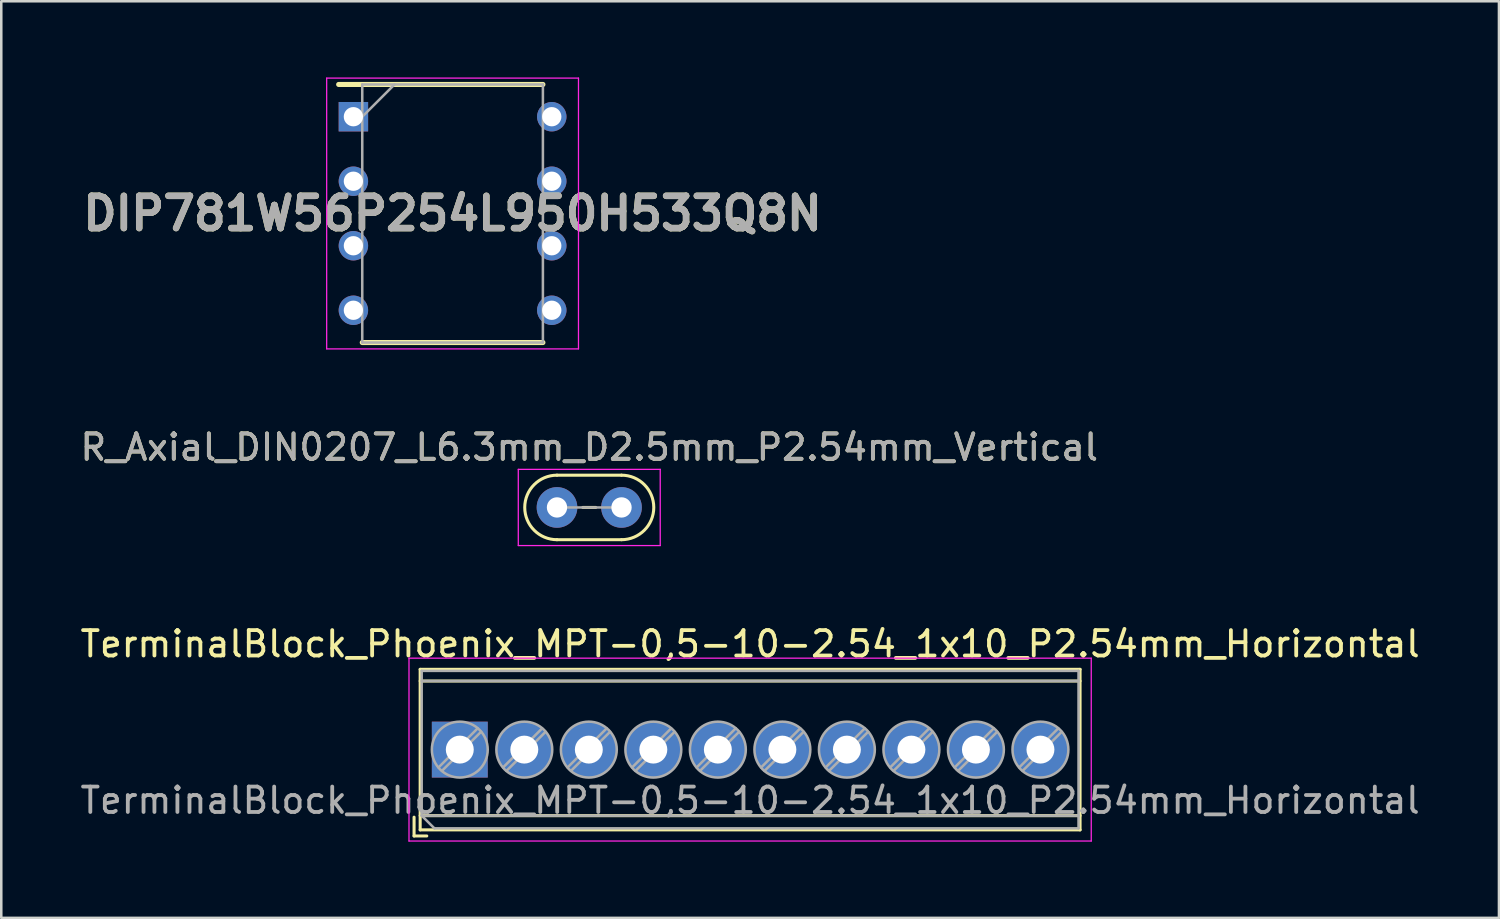
<source format=kicad_pcb>
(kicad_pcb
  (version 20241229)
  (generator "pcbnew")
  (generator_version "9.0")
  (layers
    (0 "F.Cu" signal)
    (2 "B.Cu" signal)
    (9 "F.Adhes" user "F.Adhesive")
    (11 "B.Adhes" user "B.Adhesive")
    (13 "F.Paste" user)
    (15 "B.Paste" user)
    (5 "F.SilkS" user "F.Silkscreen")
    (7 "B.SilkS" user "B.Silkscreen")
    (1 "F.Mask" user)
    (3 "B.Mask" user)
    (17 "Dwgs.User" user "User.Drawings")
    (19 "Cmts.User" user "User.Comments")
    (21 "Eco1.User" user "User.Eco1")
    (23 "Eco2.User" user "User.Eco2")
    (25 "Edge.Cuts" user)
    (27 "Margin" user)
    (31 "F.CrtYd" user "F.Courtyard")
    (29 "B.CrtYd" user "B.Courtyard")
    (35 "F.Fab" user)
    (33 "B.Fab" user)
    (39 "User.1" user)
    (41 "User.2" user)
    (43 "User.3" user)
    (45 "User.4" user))
  (footprint "DIP781W56P254L950H533Q8N"
    (layer "F.Cu")
    (at 14.768 5.355)
    (property "Reference" "DIP781W56P254L950H533Q8N" (at 0 0 0) (layer "F.SilkS") (effects (font (size 1.27 1.27) (thickness 0.254))))
    (attr through_hole)
    (fp_line (start -4.485 -5.08) (end 3.556 -5.08) (stroke (width 0.2) (type solid)) (layer "F.SilkS"))
    (fp_line (start -3.556 5.08) (end 3.556 5.08) (stroke (width 0.2) (type solid)) (layer "F.SilkS"))
    (fp_line (start -4.957 -5.33) (end 4.957 -5.33) (stroke (width 0.05) (type solid)) (layer "F.CrtYd"))
    (fp_line (start -4.957 5.33) (end -4.957 -5.33) (stroke (width 0.05) (type solid)) (layer "F.CrtYd"))
    (fp_line (start 4.957 -5.33) (end 4.957 5.33) (stroke (width 0.05) (type solid)) (layer "F.CrtYd"))
    (fp_line (start 4.957 5.33) (end -4.957 5.33) (stroke (width 0.05) (type solid)) (layer "F.CrtYd"))
    (fp_line (start -3.556 -5.08) (end 3.556 -5.08) (stroke (width 0.1) (type solid)) (layer "F.Fab"))
    (fp_line (start -3.556 -3.81) (end -2.286 -5.08) (stroke (width 0.1) (type solid)) (layer "F.Fab"))
    (fp_line (start -3.556 5.08) (end -3.556 -5.08) (stroke (width 0.1) (type solid)) (layer "F.Fab"))
    (fp_line (start 3.556 -5.08) (end 3.556 5.08) (stroke (width 0.1) (type solid)) (layer "F.Fab"))
    (fp_line (start 3.556 5.08) (end -3.556 5.08) (stroke (width 0.1) (type solid)) (layer "F.Fab"))
    (fp_text user "${REFERENCE}" (at 0 0 0) (layer "F.Fab") (effects (font (size 1.27 1.27) (thickness 0.254))))
    (pad "1" thru_hole rect (at -3.905 -3.81) (size 1.159 1.159) (drill 0.759) (layers "*.Cu" "*.Mask"))
    (pad "2" thru_hole circle (at -3.905 -1.27) (size 1.159 1.159) (drill 0.759) (layers "*.Cu" "*.Mask"))
    (pad "3" thru_hole circle (at -3.905 1.27) (size 1.159 1.159) (drill 0.759) (layers "*.Cu" "*.Mask"))
    (pad "4" thru_hole circle (at -3.905 3.81) (size 1.159 1.159) (drill 0.759) (layers "*.Cu" "*.Mask"))
    (pad "5" thru_hole circle (at 3.905 3.81) (size 1.159 1.159) (drill 0.759) (layers "*.Cu" "*.Mask"))
    (pad "6" thru_hole circle (at 3.905 1.27) (size 1.159 1.159) (drill 0.759) (layers "*.Cu" "*.Mask"))
    (pad "7" thru_hole circle (at 3.905 -1.27) (size 1.159 1.159) (drill 0.759) (layers "*.Cu" "*.Mask"))
    (pad "8" thru_hole circle (at 3.905 -3.81) (size 1.159 1.159) (drill 0.759) (layers "*.Cu" "*.Mask")))
  (footprint "R_Axial_DIN0207_L6.3mm_D2.5mm_P2.54mm_Vertical"
    (layer "F.Cu")
    (at 18.879 16.928)
    (property "Reference" "R_Axial_DIN0207_L6.3mm_D2.5mm_P2.54mm_Vertical" (at 1.27 -2.37 0) (layer "F.SilkS") (effects (font (size 1 1) (thickness 0.15))))
    (attr through_hole)
    (fp_line (start 0 1.27) (end 2.54 1.27) (stroke (width 0.12) (type solid)) (layer "F.SilkS"))
    (fp_line (start 1.016 0) (end 1.524 0) (stroke (width 0.12) (type solid)) (layer "F.SilkS"))
    (fp_line (start 2.54 -1.27) (end 0 -1.27) (stroke (width 0.12) (type solid)) (layer "F.SilkS"))
    (fp_arc (start 0 1.27) (mid -1.27 0) (end 0 -1.27) (stroke (width 0.12) (type solid)) (layer "F.SilkS"))
    (fp_arc (start 2.54 -1.27) (mid 3.81 0) (end 2.54 1.27) (stroke (width 0.12) (type solid)) (layer "F.SilkS"))
    (fp_line (start -1.524 -1.5) (end -1.524 1.5) (stroke (width 0.05) (type solid)) (layer "F.CrtYd"))
    (fp_line (start -1.524 1.5) (end 4.064 1.5) (stroke (width 0.05) (type solid)) (layer "F.CrtYd"))
    (fp_line (start 4.064 -1.5) (end -1.524 -1.5) (stroke (width 0.05) (type solid)) (layer "F.CrtYd"))
    (fp_line (start 4.064 1.5) (end 4.064 -1.5) (stroke (width 0.05) (type solid)) (layer "F.CrtYd"))
    (fp_line (start 0 0) (end 2.54 0) (stroke (width 0.1) (type solid)) (layer "F.Fab"))
    (fp_text user "${REFERENCE}" (at 1.27 -2.37 0) (layer "F.Fab") (effects (font (size 1 1) (thickness 0.15))))
    (pad "1" thru_hole circle (at 0 0) (size 1.6 1.6) (drill 0.8) (layers "*.Cu" "*.Mask"))
    (pad "2" thru_hole oval (at 2.54 0) (size 1.6 1.6) (drill 0.8) (layers "*.Cu" "*.Mask")))
  (footprint "TerminalBlock_Phoenix_MPT-0,5-10-2.54_1x10_P2.54mm_Horizontal"
    (layer "F.Cu")
    (at 15.052 26.462)
    (property "Reference" "TerminalBlock_Phoenix_MPT-0,5-10-2.54_1x10_P2.54mm_Horizontal" (at 11.43 -4.16 0) (layer "F.SilkS") (effects (font (size 1 1) (thickness 0.15))))
    (attr through_hole)
    (fp_line (start -1.8 2.66) (end -1.8 3.4) (stroke (width 0.12) (type solid)) (layer "F.SilkS"))
    (fp_line (start -1.8 3.4) (end -1.3 3.4) (stroke (width 0.12) (type solid)) (layer "F.SilkS"))
    (fp_line (start -1.56 -3.16) (end -1.56 3.16) (stroke (width 0.12) (type solid)) (layer "F.SilkS"))
    (fp_line (start -1.56 -3.16) (end 24.42 -3.16) (stroke (width 0.12) (type solid)) (layer "F.SilkS"))
    (fp_line (start -1.56 -2.7) (end 24.42 -2.7) (stroke (width 0.12) (type solid)) (layer "F.SilkS"))
    (fp_line (start -1.56 2.6) (end 24.42 2.6) (stroke (width 0.12) (type solid)) (layer "F.SilkS"))
    (fp_line (start -1.56 3.16) (end 24.42 3.16) (stroke (width 0.12) (type solid)) (layer "F.SilkS"))
    (fp_line (start 24.42 -3.16) (end 24.42 3.16) (stroke (width 0.12) (type solid)) (layer "F.SilkS"))
    (fp_line (start -2 -3.6) (end -2 3.6) (stroke (width 0.05) (type solid)) (layer "F.CrtYd"))
    (fp_line (start -2 3.6) (end 24.86 3.6) (stroke (width 0.05) (type solid)) (layer "F.CrtYd"))
    (fp_line (start 24.86 -3.6) (end -2 -3.6) (stroke (width 0.05) (type solid)) (layer "F.CrtYd"))
    (fp_line (start 24.86 3.6) (end 24.86 -3.6) (stroke (width 0.05) (type solid)) (layer "F.CrtYd"))
    (fp_line (start -1.5 -3.1) (end 24.36 -3.1) (stroke (width 0.1) (type solid)) (layer "F.Fab"))
    (fp_line (start -1.5 -2.7) (end 24.36 -2.7) (stroke (width 0.1) (type solid)) (layer "F.Fab"))
    (fp_line (start -1.5 2.6) (end -1.5 -3.1) (stroke (width 0.1) (type solid)) (layer "F.Fab"))
    (fp_line (start -1.5 2.6) (end 24.36 2.6) (stroke (width 0.1) (type solid)) (layer "F.Fab"))
    (fp_line (start -1 3.1) (end -1.5 2.6) (stroke (width 0.1) (type solid)) (layer "F.Fab"))
    (fp_line (start 0.701 -0.835) (end -0.835 0.7) (stroke (width 0.1) (type solid)) (layer "F.Fab"))
    (fp_line (start 0.835 -0.7) (end -0.701 0.835) (stroke (width 0.1) (type solid)) (layer "F.Fab"))
    (fp_line (start 3.241 -0.835) (end 1.706 0.7) (stroke (width 0.1) (type solid)) (layer "F.Fab"))
    (fp_line (start 3.375 -0.7) (end 1.84 0.835) (stroke (width 0.1) (type solid)) (layer "F.Fab"))
    (fp_line (start 5.781 -0.835) (end 4.246 0.7) (stroke (width 0.1) (type solid)) (layer "F.Fab"))
    (fp_line (start 5.915 -0.7) (end 4.38 0.835) (stroke (width 0.1) (type solid)) (layer "F.Fab"))
    (fp_line (start 8.321 -0.835) (end 6.786 0.7) (stroke (width 0.1) (type solid)) (layer "F.Fab"))
    (fp_line (start 8.455 -0.7) (end 6.92 0.835) (stroke (width 0.1) (type solid)) (layer "F.Fab"))
    (fp_line (start 10.861 -0.835) (end 9.326 0.7) (stroke (width 0.1) (type solid)) (layer "F.Fab"))
    (fp_line (start 10.995 -0.7) (end 9.46 0.835) (stroke (width 0.1) (type solid)) (layer "F.Fab"))
    (fp_line (start 13.401 -0.835) (end 11.866 0.7) (stroke (width 0.1) (type solid)) (layer "F.Fab"))
    (fp_line (start 13.535 -0.7) (end 12 0.835) (stroke (width 0.1) (type solid)) (layer "F.Fab"))
    (fp_line (start 15.941 -0.835) (end 14.406 0.7) (stroke (width 0.1) (type solid)) (layer "F.Fab"))
    (fp_line (start 16.075 -0.7) (end 14.54 0.835) (stroke (width 0.1) (type solid)) (layer "F.Fab"))
    (fp_line (start 18.481 -0.835) (end 16.946 0.7) (stroke (width 0.1) (type solid)) (layer "F.Fab"))
    (fp_line (start 18.615 -0.7) (end 17.08 0.835) (stroke (width 0.1) (type solid)) (layer "F.Fab"))
    (fp_line (start 21.021 -0.835) (end 19.486 0.7) (stroke (width 0.1) (type solid)) (layer "F.Fab"))
    (fp_line (start 21.155 -0.7) (end 19.62 0.835) (stroke (width 0.1) (type solid)) (layer "F.Fab"))
    (fp_line (start 23.561 -0.835) (end 22.026 0.7) (stroke (width 0.1) (type solid)) (layer "F.Fab"))
    (fp_line (start 23.695 -0.7) (end 22.16 0.835) (stroke (width 0.1) (type solid)) (layer "F.Fab"))
    (fp_line (start 24.36 -3.1) (end 24.36 3.1) (stroke (width 0.1) (type solid)) (layer "F.Fab"))
    (fp_line (start 24.36 3.1) (end -1 3.1) (stroke (width 0.1) (type solid)) (layer "F.Fab"))
    (fp_circle (center 0 0) (end 1.1 0) (stroke (width 0.1) (type solid)) (fill no) (layer "F.Fab"))
    (fp_circle (center 2.54 0) (end 3.64 0) (stroke (width 0.1) (type solid)) (fill no) (layer "F.Fab"))
    (fp_circle (center 5.08 0) (end 6.18 0) (stroke (width 0.1) (type solid)) (fill no) (layer "F.Fab"))
    (fp_circle (center 7.62 0) (end 8.72 0) (stroke (width 0.1) (type solid)) (fill no) (layer "F.Fab"))
    (fp_circle (center 10.16 0) (end 11.26 0) (stroke (width 0.1) (type solid)) (fill no) (layer "F.Fab"))
    (fp_circle (center 12.7 0) (end 13.8 0) (stroke (width 0.1) (type solid)) (fill no) (layer "F.Fab"))
    (fp_circle (center 15.24 0) (end 16.34 0) (stroke (width 0.1) (type solid)) (fill no) (layer "F.Fab"))
    (fp_circle (center 17.78 0) (end 18.88 0) (stroke (width 0.1) (type solid)) (fill no) (layer "F.Fab"))
    (fp_circle (center 20.32 0) (end 21.42 0) (stroke (width 0.1) (type solid)) (fill no) (layer "F.Fab"))
    (fp_circle (center 22.86 0) (end 23.96 0) (stroke (width 0.1) (type solid)) (fill no) (layer "F.Fab"))
    (fp_text user "${REFERENCE}" (at 11.43 2 0) (layer "F.Fab") (effects (font (size 1 1) (thickness 0.15))))
    (pad "1" thru_hole rect (at 0 0) (size 2.2 2.2) (drill 1.1) (layers "*.Cu" "*.Mask"))
    (pad "2" thru_hole circle (at 2.54 0) (size 2.2 2.2) (drill 1.1) (layers "*.Cu" "*.Mask"))
    (pad "3" thru_hole circle (at 5.08 0) (size 2.2 2.2) (drill 1.1) (layers "*.Cu" "*.Mask"))
    (pad "4" thru_hole circle (at 7.62 0) (size 2.2 2.2) (drill 1.1) (layers "*.Cu" "*.Mask"))
    (pad "5" thru_hole circle (at 10.16 0) (size 2.2 2.2) (drill 1.1) (layers "*.Cu" "*.Mask"))
    (pad "6" thru_hole circle (at 12.7 0) (size 2.2 2.2) (drill 1.1) (layers "*.Cu" "*.Mask"))
    (pad "7" thru_hole circle (at 15.24 0) (size 2.2 2.2) (drill 1.1) (layers "*.Cu" "*.Mask"))
    (pad "8" thru_hole circle (at 17.78 0) (size 2.2 2.2) (drill 1.1) (layers "*.Cu" "*.Mask"))
    (pad "9" thru_hole circle (at 20.32 0) (size 2.2 2.2) (drill 1.1) (layers "*.Cu" "*.Mask"))
    (pad "10" thru_hole circle (at 22.86 0) (size 2.2 2.2) (drill 1.1) (layers "*.Cu" "*.Mask")))
  (gr_rect
    (start -3 -3)
    (end 55.964 33.087)
    (stroke (width 0.1) (type default))
    (fill no)
    (layer "Edge.Cuts")))
</source>
